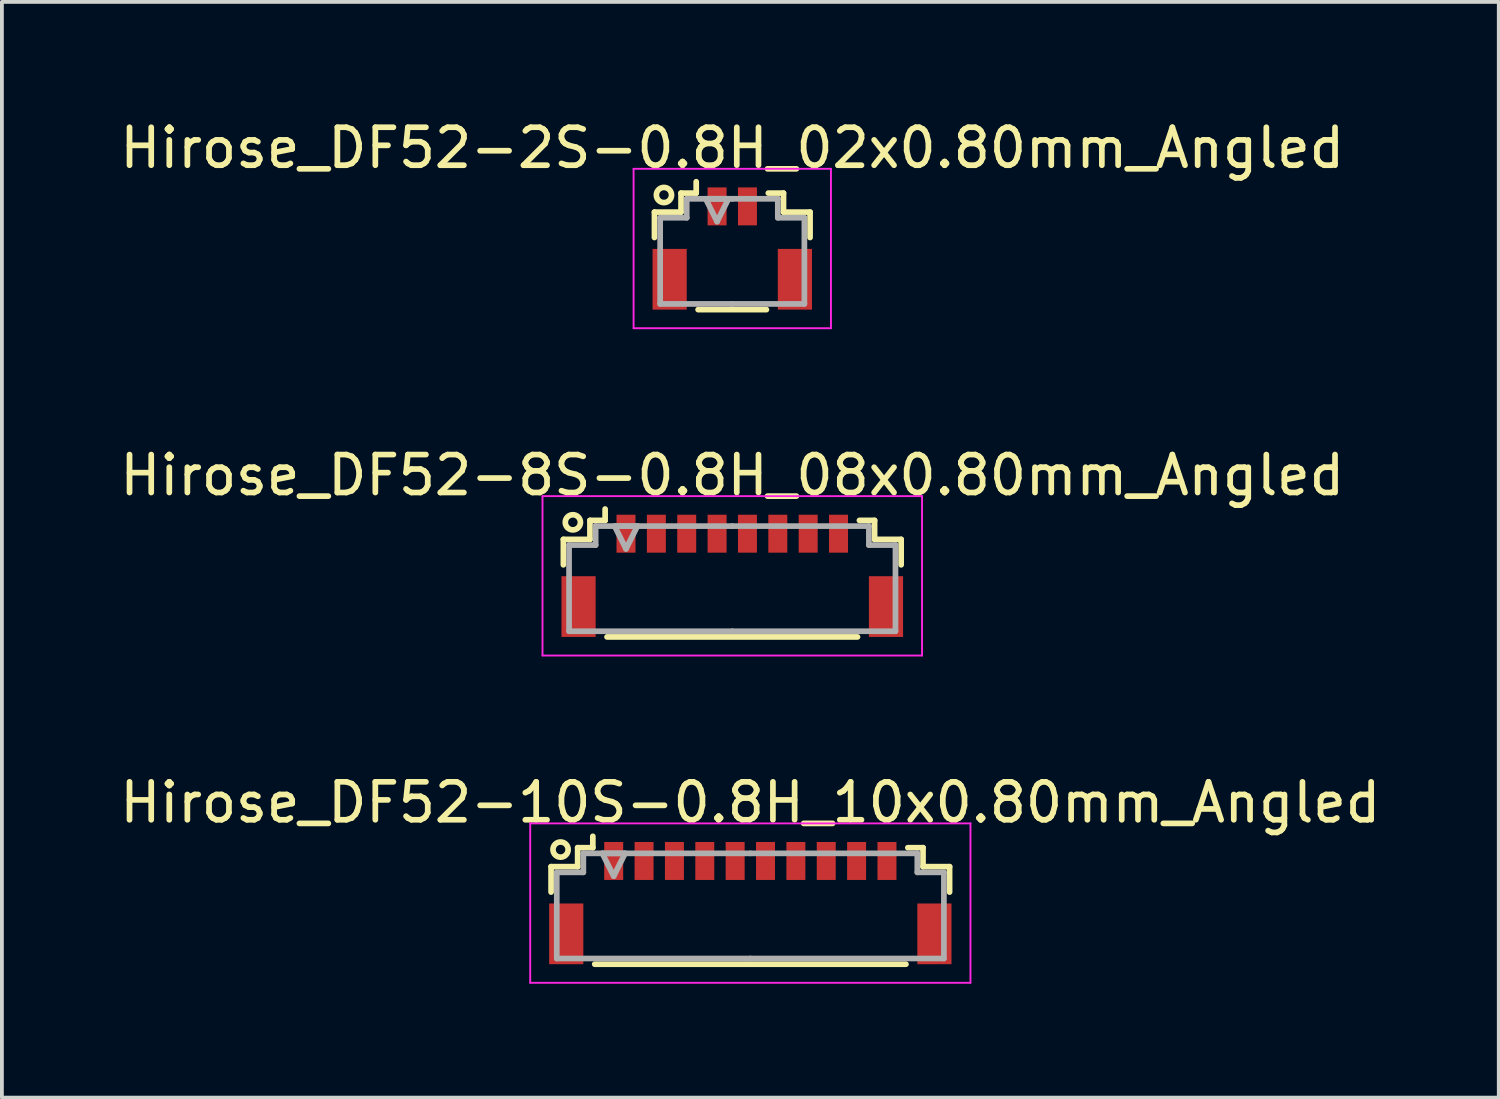
<source format=kicad_pcb>
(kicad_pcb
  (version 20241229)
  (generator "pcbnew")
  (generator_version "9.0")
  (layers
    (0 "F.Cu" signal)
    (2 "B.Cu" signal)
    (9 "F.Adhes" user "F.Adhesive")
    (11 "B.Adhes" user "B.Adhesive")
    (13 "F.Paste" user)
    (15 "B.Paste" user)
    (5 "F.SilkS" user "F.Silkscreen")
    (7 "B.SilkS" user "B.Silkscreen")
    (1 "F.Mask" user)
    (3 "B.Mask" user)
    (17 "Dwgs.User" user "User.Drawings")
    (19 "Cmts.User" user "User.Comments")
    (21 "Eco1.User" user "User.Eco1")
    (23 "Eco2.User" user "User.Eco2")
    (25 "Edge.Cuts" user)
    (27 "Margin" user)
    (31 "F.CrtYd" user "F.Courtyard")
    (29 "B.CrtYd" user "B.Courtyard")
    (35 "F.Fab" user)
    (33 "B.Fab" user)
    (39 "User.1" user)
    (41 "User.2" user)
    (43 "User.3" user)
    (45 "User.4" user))
  (footprint "Hirose_DF52-2S-0.8H_02x0.80mm_Angled"
    (layer "F.Cu")
    (at 16.244 3.348)
    (property "Reference" "Hirose_DF52-2S-0.8H_02x0.80mm_Angled" (at 0 -2.5 0) (layer "F.SilkS") (effects (font (size 1 1) (thickness 0.15))))
    (attr smd)
    (fp_line (start -2.05 -0.81) (end -2.05 -0.14) (stroke (width 0.15) (type solid)) (layer "F.SilkS"))
    (fp_line (start -1.35 -1.31) (end -1.35 -0.81) (stroke (width 0.15) (type solid)) (layer "F.SilkS"))
    (fp_line (start -1.35 -0.81) (end -2.05 -0.81) (stroke (width 0.15) (type solid)) (layer "F.SilkS"))
    (fp_line (start -0.95 -1.61) (end -0.95 -1.31) (stroke (width 0.15) (type solid)) (layer "F.SilkS"))
    (fp_line (start -0.95 -1.31) (end -1.35 -1.31) (stroke (width 0.15) (type solid)) (layer "F.SilkS"))
    (fp_line (start -0.9 1.76) (end 0.9 1.76) (stroke (width 0.15) (type solid)) (layer "F.SilkS"))
    (fp_line (start 0.95 -1.31) (end 1.35 -1.31) (stroke (width 0.15) (type solid)) (layer "F.SilkS"))
    (fp_line (start 1.35 -1.31) (end 1.35 -0.81) (stroke (width 0.15) (type solid)) (layer "F.SilkS"))
    (fp_line (start 1.35 -0.81) (end 2.05 -0.81) (stroke (width 0.15) (type solid)) (layer "F.SilkS"))
    (fp_line (start 2.05 -0.81) (end 2.05 -0.14) (stroke (width 0.15) (type solid)) (layer "F.SilkS"))
    (fp_circle (center -1.8 -1.26) (end -1.6 -1.26) (stroke (width 0.15) (type solid)) (fill no) (layer "F.SilkS"))
    (fp_line (start -2.6 -1.95) (end -2.6 2.25) (stroke (width 0.05) (type solid)) (layer "F.CrtYd"))
    (fp_line (start -2.6 2.25) (end 2.6 2.25) (stroke (width 0.05) (type solid)) (layer "F.CrtYd"))
    (fp_line (start 2.6 -1.95) (end -2.6 -1.95) (stroke (width 0.05) (type solid)) (layer "F.CrtYd"))
    (fp_line (start 2.6 2.25) (end 2.6 -1.95) (stroke (width 0.05) (type solid)) (layer "F.CrtYd"))
    (fp_line (start -1.9 -0.66) (end -1.9 1.61) (stroke (width 0.15) (type solid)) (layer "F.Fab"))
    (fp_line (start -1.9 1.61) (end 0 1.61) (stroke (width 0.15) (type solid)) (layer "F.Fab"))
    (fp_line (start -1.2 -1.16) (end -1.2 -1.16) (stroke (width 0.15) (type solid)) (layer "F.Fab"))
    (fp_line (start -1.2 -1.16) (end -1.2 -0.66) (stroke (width 0.15) (type solid)) (layer "F.Fab"))
    (fp_line (start -1.2 -0.66) (end -1.9 -0.66) (stroke (width 0.15) (type solid)) (layer "F.Fab"))
    (fp_line (start -0.7 -1.16) (end -0.1 -1.16) (stroke (width 0.15) (type solid)) (layer "F.Fab"))
    (fp_line (start -0.4 -0.56) (end -0.7 -1.16) (stroke (width 0.15) (type solid)) (layer "F.Fab"))
    (fp_line (start -0.1 -1.16) (end -0.4 -0.56) (stroke (width 0.15) (type solid)) (layer "F.Fab"))
    (fp_line (start 0 -1.16) (end -1.2 -1.16) (stroke (width 0.15) (type solid)) (layer "F.Fab"))
    (fp_line (start 0 -1.16) (end 1.2 -1.16) (stroke (width 0.15) (type solid)) (layer "F.Fab"))
    (fp_line (start 1.2 -1.16) (end 1.2 -1.16) (stroke (width 0.15) (type solid)) (layer "F.Fab"))
    (fp_line (start 1.2 -1.16) (end 1.2 -0.66) (stroke (width 0.15) (type solid)) (layer "F.Fab"))
    (fp_line (start 1.2 -0.66) (end 1.9 -0.66) (stroke (width 0.15) (type solid)) (layer "F.Fab"))
    (fp_line (start 1.9 -0.66) (end 1.9 1.61) (stroke (width 0.15) (type solid)) (layer "F.Fab"))
    (fp_line (start 1.9 1.61) (end 0 1.61) (stroke (width 0.15) (type solid)) (layer "F.Fab"))
    (pad "" smd rect (at -1.65 0.96) (size 0.9 1.6) (layers "F.Cu" "F.Mask" "F.Paste"))
    (pad "" smd rect (at 1.65 0.96) (size 0.9 1.6) (layers "F.Cu" "F.Mask" "F.Paste"))
    (pad "1" smd rect (at -0.4 -0.96) (size 0.5 1) (layers "F.Cu" "F.Mask" "F.Paste"))
    (pad "2" smd rect (at 0.4 -0.96) (size 0.5 1) (layers "F.Cu" "F.Mask" "F.Paste")))
  (footprint "Hirose_DF52-8S-0.8H_08x0.80mm_Angled"
    (layer "F.Cu")
    (at 16.244 11.972)
    (property "Reference" "Hirose_DF52-8S-0.8H_08x0.80mm_Angled" (at 0 -2.5 0) (layer "F.SilkS") (effects (font (size 1 1) (thickness 0.15))))
    (attr smd)
    (fp_line (start -4.45 -0.81) (end -4.45 -0.14) (stroke (width 0.15) (type solid)) (layer "F.SilkS"))
    (fp_line (start -3.75 -1.31) (end -3.75 -0.81) (stroke (width 0.15) (type solid)) (layer "F.SilkS"))
    (fp_line (start -3.75 -0.81) (end -4.45 -0.81) (stroke (width 0.15) (type solid)) (layer "F.SilkS"))
    (fp_line (start -3.35 -1.61) (end -3.35 -1.31) (stroke (width 0.15) (type solid)) (layer "F.SilkS"))
    (fp_line (start -3.35 -1.31) (end -3.75 -1.31) (stroke (width 0.15) (type solid)) (layer "F.SilkS"))
    (fp_line (start -3.3 1.76) (end 3.3 1.76) (stroke (width 0.15) (type solid)) (layer "F.SilkS"))
    (fp_line (start 3.35 -1.31) (end 3.75 -1.31) (stroke (width 0.15) (type solid)) (layer "F.SilkS"))
    (fp_line (start 3.75 -1.31) (end 3.75 -0.81) (stroke (width 0.15) (type solid)) (layer "F.SilkS"))
    (fp_line (start 3.75 -0.81) (end 4.45 -0.81) (stroke (width 0.15) (type solid)) (layer "F.SilkS"))
    (fp_line (start 4.45 -0.81) (end 4.45 -0.14) (stroke (width 0.15) (type solid)) (layer "F.SilkS"))
    (fp_circle (center -4.2 -1.26) (end -4 -1.26) (stroke (width 0.15) (type solid)) (fill no) (layer "F.SilkS"))
    (fp_line (start -5 -1.95) (end -5 2.25) (stroke (width 0.05) (type solid)) (layer "F.CrtYd"))
    (fp_line (start -5 2.25) (end 5 2.25) (stroke (width 0.05) (type solid)) (layer "F.CrtYd"))
    (fp_line (start 5 -1.95) (end -5 -1.95) (stroke (width 0.05) (type solid)) (layer "F.CrtYd"))
    (fp_line (start 5 2.25) (end 5 -1.95) (stroke (width 0.05) (type solid)) (layer "F.CrtYd"))
    (fp_line (start -4.3 -0.66) (end -4.3 1.61) (stroke (width 0.15) (type solid)) (layer "F.Fab"))
    (fp_line (start -4.3 1.61) (end 0 1.61) (stroke (width 0.15) (type solid)) (layer "F.Fab"))
    (fp_line (start -3.6 -1.16) (end -3.6 -1.16) (stroke (width 0.15) (type solid)) (layer "F.Fab"))
    (fp_line (start -3.6 -1.16) (end -3.6 -0.66) (stroke (width 0.15) (type solid)) (layer "F.Fab"))
    (fp_line (start -3.6 -0.66) (end -4.3 -0.66) (stroke (width 0.15) (type solid)) (layer "F.Fab"))
    (fp_line (start -3.1 -1.16) (end -2.5 -1.16) (stroke (width 0.15) (type solid)) (layer "F.Fab"))
    (fp_line (start -2.8 -0.56) (end -3.1 -1.16) (stroke (width 0.15) (type solid)) (layer "F.Fab"))
    (fp_line (start -2.5 -1.16) (end -2.8 -0.56) (stroke (width 0.15) (type solid)) (layer "F.Fab"))
    (fp_line (start 0 -1.16) (end -3.6 -1.16) (stroke (width 0.15) (type solid)) (layer "F.Fab"))
    (fp_line (start 0 -1.16) (end 3.6 -1.16) (stroke (width 0.15) (type solid)) (layer "F.Fab"))
    (fp_line (start 3.6 -1.16) (end 3.6 -1.16) (stroke (width 0.15) (type solid)) (layer "F.Fab"))
    (fp_line (start 3.6 -1.16) (end 3.6 -0.66) (stroke (width 0.15) (type solid)) (layer "F.Fab"))
    (fp_line (start 3.6 -0.66) (end 4.3 -0.66) (stroke (width 0.15) (type solid)) (layer "F.Fab"))
    (fp_line (start 4.3 -0.66) (end 4.3 1.61) (stroke (width 0.15) (type solid)) (layer "F.Fab"))
    (fp_line (start 4.3 1.61) (end 0 1.61) (stroke (width 0.15) (type solid)) (layer "F.Fab"))
    (pad "" smd rect (at -4.05 0.96) (size 0.9 1.6) (layers "F.Cu" "F.Mask" "F.Paste"))
    (pad "" smd rect (at 4.05 0.96) (size 0.9 1.6) (layers "F.Cu" "F.Mask" "F.Paste"))
    (pad "1" smd rect (at -2.8 -0.96) (size 0.5 1) (layers "F.Cu" "F.Mask" "F.Paste"))
    (pad "2" smd rect (at -2 -0.96) (size 0.5 1) (layers "F.Cu" "F.Mask" "F.Paste"))
    (pad "3" smd rect (at -1.2 -0.96) (size 0.5 1) (layers "F.Cu" "F.Mask" "F.Paste"))
    (pad "4" smd rect (at -0.4 -0.96) (size 0.5 1) (layers "F.Cu" "F.Mask" "F.Paste"))
    (pad "5" smd rect (at 0.4 -0.96) (size 0.5 1) (layers "F.Cu" "F.Mask" "F.Paste"))
    (pad "6" smd rect (at 1.2 -0.96) (size 0.5 1) (layers "F.Cu" "F.Mask" "F.Paste"))
    (pad "7" smd rect (at 2 -0.96) (size 0.5 1) (layers "F.Cu" "F.Mask" "F.Paste"))
    (pad "8" smd rect (at 2.8 -0.96) (size 0.5 1) (layers "F.Cu" "F.Mask" "F.Paste")))
  (footprint "Hirose_DF52-10S-0.8H_10x0.80mm_Angled"
    (layer "F.Cu")
    (at 16.72 20.595)
    (property "Reference" "Hirose_DF52-10S-0.8H_10x0.80mm_Angled" (at 0 -2.5 0) (layer "F.SilkS") (effects (font (size 1 1) (thickness 0.15))))
    (attr smd)
    (fp_line (start -5.25 -0.81) (end -5.25 -0.14) (stroke (width 0.15) (type solid)) (layer "F.SilkS"))
    (fp_line (start -4.55 -1.31) (end -4.55 -0.81) (stroke (width 0.15) (type solid)) (layer "F.SilkS"))
    (fp_line (start -4.55 -0.81) (end -5.25 -0.81) (stroke (width 0.15) (type solid)) (layer "F.SilkS"))
    (fp_line (start -4.15 -1.61) (end -4.15 -1.31) (stroke (width 0.15) (type solid)) (layer "F.SilkS"))
    (fp_line (start -4.15 -1.31) (end -4.55 -1.31) (stroke (width 0.15) (type solid)) (layer "F.SilkS"))
    (fp_line (start -4.1 1.76) (end 4.1 1.76) (stroke (width 0.15) (type solid)) (layer "F.SilkS"))
    (fp_line (start 4.15 -1.31) (end 4.55 -1.31) (stroke (width 0.15) (type solid)) (layer "F.SilkS"))
    (fp_line (start 4.55 -1.31) (end 4.55 -0.81) (stroke (width 0.15) (type solid)) (layer "F.SilkS"))
    (fp_line (start 4.55 -0.81) (end 5.25 -0.81) (stroke (width 0.15) (type solid)) (layer "F.SilkS"))
    (fp_line (start 5.25 -0.81) (end 5.25 -0.14) (stroke (width 0.15) (type solid)) (layer "F.SilkS"))
    (fp_circle (center -5 -1.26) (end -4.8 -1.26) (stroke (width 0.15) (type solid)) (fill no) (layer "F.SilkS"))
    (fp_line (start -5.8 -1.95) (end -5.8 2.25) (stroke (width 0.05) (type solid)) (layer "F.CrtYd"))
    (fp_line (start -5.8 2.25) (end 5.8 2.25) (stroke (width 0.05) (type solid)) (layer "F.CrtYd"))
    (fp_line (start 5.8 -1.95) (end -5.8 -1.95) (stroke (width 0.05) (type solid)) (layer "F.CrtYd"))
    (fp_line (start 5.8 2.25) (end 5.8 -1.95) (stroke (width 0.05) (type solid)) (layer "F.CrtYd"))
    (fp_line (start -5.1 -0.66) (end -5.1 1.61) (stroke (width 0.15) (type solid)) (layer "F.Fab"))
    (fp_line (start -5.1 1.61) (end 0 1.61) (stroke (width 0.15) (type solid)) (layer "F.Fab"))
    (fp_line (start -4.4 -1.16) (end -4.4 -1.16) (stroke (width 0.15) (type solid)) (layer "F.Fab"))
    (fp_line (start -4.4 -1.16) (end -4.4 -0.66) (stroke (width 0.15) (type solid)) (layer "F.Fab"))
    (fp_line (start -4.4 -0.66) (end -5.1 -0.66) (stroke (width 0.15) (type solid)) (layer "F.Fab"))
    (fp_line (start -3.9 -1.16) (end -3.3 -1.16) (stroke (width 0.15) (type solid)) (layer "F.Fab"))
    (fp_line (start -3.6 -0.56) (end -3.9 -1.16) (stroke (width 0.15) (type solid)) (layer "F.Fab"))
    (fp_line (start -3.3 -1.16) (end -3.6 -0.56) (stroke (width 0.15) (type solid)) (layer "F.Fab"))
    (fp_line (start 0 -1.16) (end -4.4 -1.16) (stroke (width 0.15) (type solid)) (layer "F.Fab"))
    (fp_line (start 0 -1.16) (end 4.4 -1.16) (stroke (width 0.15) (type solid)) (layer "F.Fab"))
    (fp_line (start 4.4 -1.16) (end 4.4 -1.16) (stroke (width 0.15) (type solid)) (layer "F.Fab"))
    (fp_line (start 4.4 -1.16) (end 4.4 -0.66) (stroke (width 0.15) (type solid)) (layer "F.Fab"))
    (fp_line (start 4.4 -0.66) (end 5.1 -0.66) (stroke (width 0.15) (type solid)) (layer "F.Fab"))
    (fp_line (start 5.1 -0.66) (end 5.1 1.61) (stroke (width 0.15) (type solid)) (layer "F.Fab"))
    (fp_line (start 5.1 1.61) (end 0 1.61) (stroke (width 0.15) (type solid)) (layer "F.Fab"))
    (pad "" smd rect (at -4.85 0.96) (size 0.9 1.6) (layers "F.Cu" "F.Mask" "F.Paste"))
    (pad "" smd rect (at 4.85 0.96) (size 0.9 1.6) (layers "F.Cu" "F.Mask" "F.Paste"))
    (pad "1" smd rect (at -3.6 -0.96) (size 0.5 1) (layers "F.Cu" "F.Mask" "F.Paste"))
    (pad "2" smd rect (at -2.8 -0.96) (size 0.5 1) (layers "F.Cu" "F.Mask" "F.Paste"))
    (pad "3" smd rect (at -2 -0.96) (size 0.5 1) (layers "F.Cu" "F.Mask" "F.Paste"))
    (pad "4" smd rect (at -1.2 -0.96) (size 0.5 1) (layers "F.Cu" "F.Mask" "F.Paste"))
    (pad "5" smd rect (at -0.4 -0.96) (size 0.5 1) (layers "F.Cu" "F.Mask" "F.Paste"))
    (pad "6" smd rect (at 0.4 -0.96) (size 0.5 1) (layers "F.Cu" "F.Mask" "F.Paste"))
    (pad "7" smd rect (at 1.2 -0.96) (size 0.5 1) (layers "F.Cu" "F.Mask" "F.Paste"))
    (pad "8" smd rect (at 2 -0.96) (size 0.5 1) (layers "F.Cu" "F.Mask" "F.Paste"))
    (pad "9" smd rect (at 2.8 -0.96) (size 0.5 1) (layers "F.Cu" "F.Mask" "F.Paste"))
    (pad "10" smd rect (at 3.6 -0.96) (size 0.5 1) (layers "F.Cu" "F.Mask" "F.Paste")))
  (gr_rect
    (start -3 -3)
    (end 36.44 25.87)
    (stroke (width 0.1) (type default))
    (fill no)
    (layer "Edge.Cuts")))
</source>
